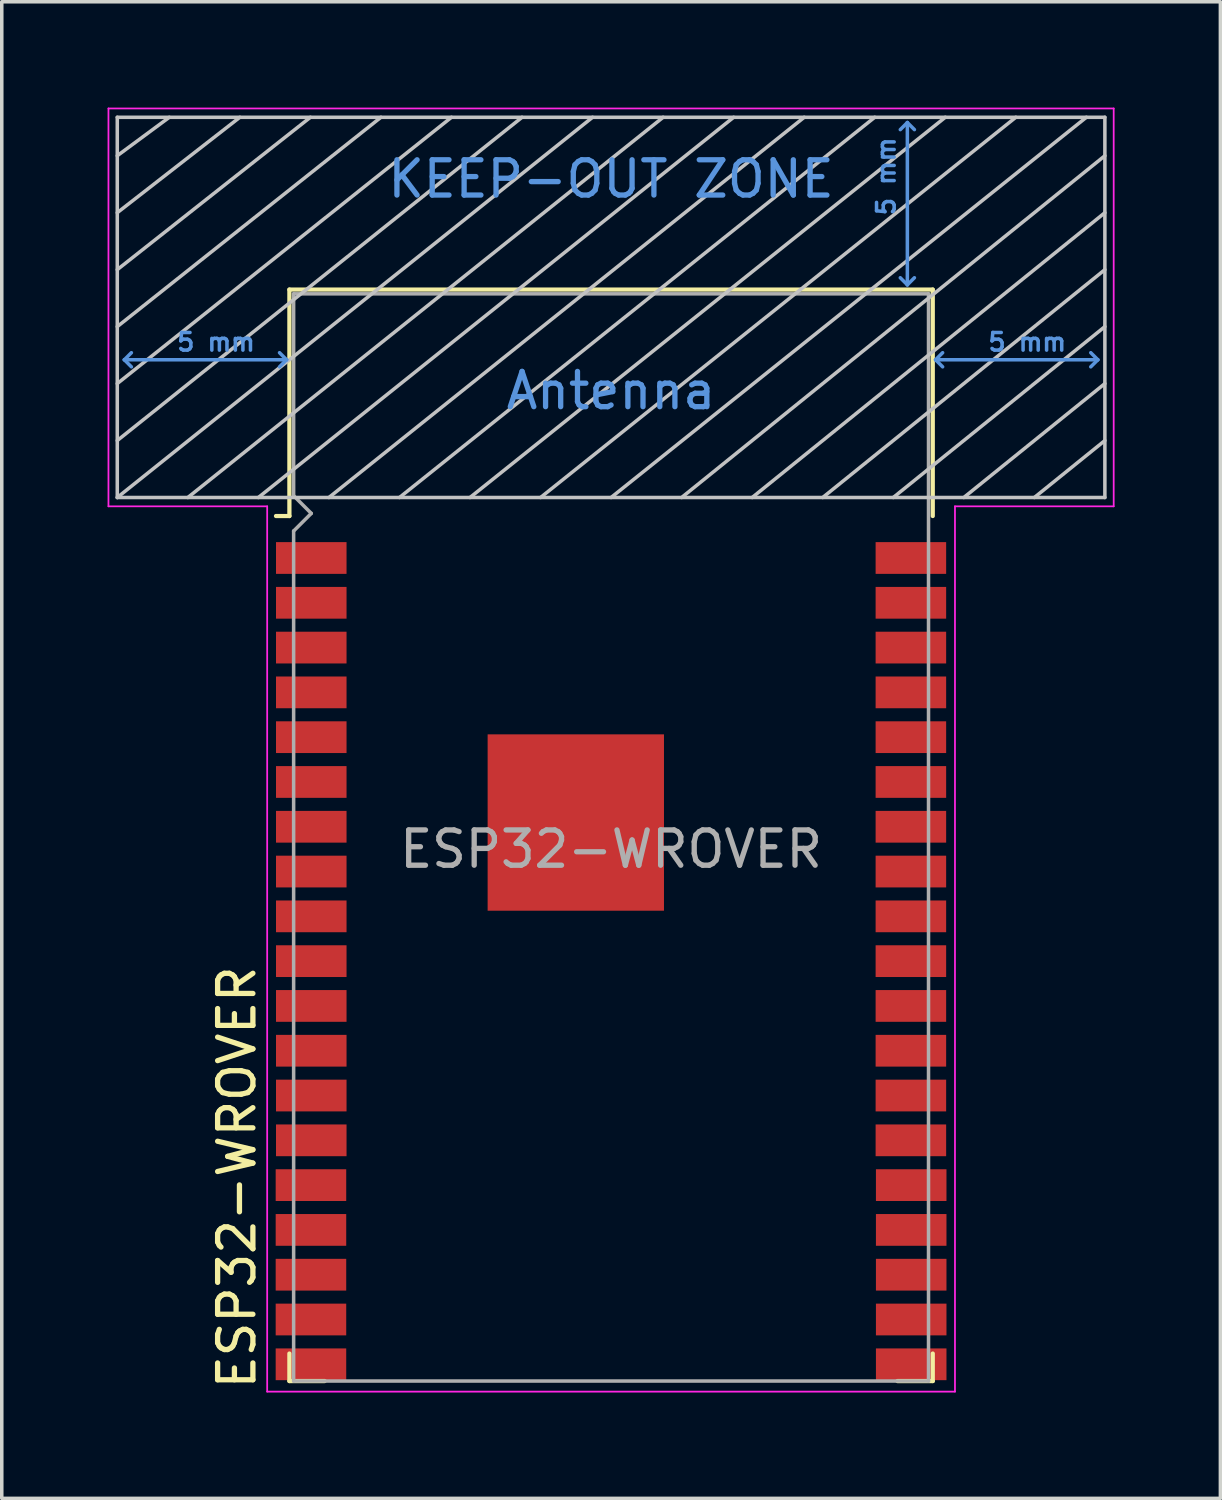
<source format=kicad_pcb>
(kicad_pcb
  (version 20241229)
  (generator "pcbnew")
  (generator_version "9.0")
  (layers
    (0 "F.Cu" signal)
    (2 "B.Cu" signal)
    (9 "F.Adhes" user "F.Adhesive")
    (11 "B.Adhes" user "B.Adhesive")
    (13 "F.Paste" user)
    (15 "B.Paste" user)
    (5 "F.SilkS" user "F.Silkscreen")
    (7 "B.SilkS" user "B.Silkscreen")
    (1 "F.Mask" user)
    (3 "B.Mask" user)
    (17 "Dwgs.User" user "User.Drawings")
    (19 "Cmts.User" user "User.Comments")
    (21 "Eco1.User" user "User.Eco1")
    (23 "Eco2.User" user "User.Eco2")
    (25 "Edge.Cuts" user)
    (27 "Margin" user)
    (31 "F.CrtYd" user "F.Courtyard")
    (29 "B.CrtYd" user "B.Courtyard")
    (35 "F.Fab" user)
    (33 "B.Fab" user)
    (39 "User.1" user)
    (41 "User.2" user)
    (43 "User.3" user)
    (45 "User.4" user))
  (footprint "ESP32-WROVER"
    (layer "F.Cu")
    (at 14.275 21.025)
    (property "Reference" "ESP32-WROVER" (at -10.61 15.38 90) (layer "F.SilkS") (effects (font (size 1 1) (thickness 0.15)) (justify left)))
    (attr smd)
    (fp_line (start -9.12 -15.865) (end -9.12 -9.445) (stroke (width 0.12) (type solid)) (layer "F.SilkS"))
    (fp_line (start -9.12 -15.865) (end 9.12 -15.865) (stroke (width 0.12) (type solid)) (layer "F.SilkS"))
    (fp_line (start -9.12 -9.445) (end -9.5 -9.445) (stroke (width 0.12) (type solid)) (layer "F.SilkS"))
    (fp_line (start -9.12 14.3) (end -9.12 15.08) (stroke (width 0.12) (type solid)) (layer "F.SilkS"))
    (fp_line (start -9.12 15.08) (end -8.12 15.08) (stroke (width 0.12) (type solid)) (layer "F.SilkS"))
    (fp_line (start 9.12 -15.865) (end 9.12 -9.445) (stroke (width 0.12) (type solid)) (layer "F.SilkS"))
    (fp_line (start 9.12 14.3) (end 9.12 15.08) (stroke (width 0.12) (type solid)) (layer "F.SilkS"))
    (fp_line (start 9.12 15.08) (end 8.12 15.08) (stroke (width 0.12) (type solid)) (layer "F.SilkS"))
    (fp_line (start -14 -9.97) (end -14 -20.75) (stroke (width 0.1) (type solid)) (layer "Dwgs.User"))
    (fp_line (start -12.525 -20.75) (end -14 -19.66) (stroke (width 0.1) (type solid)) (layer "Dwgs.User"))
    (fp_line (start -10.525 -20.75) (end -14 -18.045) (stroke (width 0.1) (type solid)) (layer "Dwgs.User"))
    (fp_line (start -8.525 -20.75) (end -14 -16.43) (stroke (width 0.1) (type solid)) (layer "Dwgs.User"))
    (fp_line (start -8 -9.97) (end 5.475 -20.75) (stroke (width 0.1) (type solid)) (layer "Dwgs.User"))
    (fp_line (start -6.525 -20.75) (end -14 -14.815) (stroke (width 0.1) (type solid)) (layer "Dwgs.User"))
    (fp_line (start -4.525 -20.75) (end -14 -13.2) (stroke (width 0.1) (type solid)) (layer "Dwgs.User"))
    (fp_line (start -2.525 -20.75) (end -14 -11.585) (stroke (width 0.1) (type solid)) (layer "Dwgs.User"))
    (fp_line (start -0.525 -20.75) (end -14 -9.97) (stroke (width 0.1) (type solid)) (layer "Dwgs.User"))
    (fp_line (start 1.475 -20.75) (end -12 -9.97) (stroke (width 0.1) (type solid)) (layer "Dwgs.User"))
    (fp_line (start 3.475 -20.75) (end -10 -9.97) (stroke (width 0.1) (type solid)) (layer "Dwgs.User"))
    (fp_line (start 7.475 -20.75) (end -6 -9.97) (stroke (width 0.1) (type solid)) (layer "Dwgs.User"))
    (fp_line (start 9.475 -20.75) (end -4 -9.97) (stroke (width 0.1) (type solid)) (layer "Dwgs.User"))
    (fp_line (start 11.475 -20.75) (end -2 -9.97) (stroke (width 0.1) (type solid)) (layer "Dwgs.User"))
    (fp_line (start 13.475 -20.75) (end 0 -9.97) (stroke (width 0.1) (type solid)) (layer "Dwgs.User"))
    (fp_line (start 14 -20.75) (end -14 -20.75) (stroke (width 0.1) (type solid)) (layer "Dwgs.User"))
    (fp_line (start 14 -19.66) (end 2 -9.97) (stroke (width 0.1) (type solid)) (layer "Dwgs.User"))
    (fp_line (start 14 -18.045) (end 4 -9.97) (stroke (width 0.1) (type solid)) (layer "Dwgs.User"))
    (fp_line (start 14 -16.43) (end 6 -9.97) (stroke (width 0.1) (type solid)) (layer "Dwgs.User"))
    (fp_line (start 14 -14.815) (end 8 -9.97) (stroke (width 0.1) (type solid)) (layer "Dwgs.User"))
    (fp_line (start 14 -13.2) (end 10 -9.97) (stroke (width 0.1) (type solid)) (layer "Dwgs.User"))
    (fp_line (start 14 -11.585) (end 12 -9.97) (stroke (width 0.1) (type solid)) (layer "Dwgs.User"))
    (fp_line (start 14 -9.97) (end -14 -9.97) (stroke (width 0.1) (type solid)) (layer "Dwgs.User"))
    (fp_line (start 14 -9.97) (end 14 -20.75) (stroke (width 0.1) (type solid)) (layer "Dwgs.User"))
    (fp_line (start -13.8 -13.875) (end -13.6 -14.075) (stroke (width 0.1) (type solid)) (layer "Cmts.User"))
    (fp_line (start -13.8 -13.875) (end -13.6 -13.675) (stroke (width 0.1) (type solid)) (layer "Cmts.User"))
    (fp_line (start -13.8 -13.875) (end -9.2 -13.875) (stroke (width 0.1) (type solid)) (layer "Cmts.User"))
    (fp_line (start -9.2 -13.875) (end -9.4 -14.075) (stroke (width 0.1) (type solid)) (layer "Cmts.User"))
    (fp_line (start -9.2 -13.875) (end -9.4 -13.675) (stroke (width 0.1) (type solid)) (layer "Cmts.User"))
    (fp_line (start 8.4 -20.6) (end 8.2 -20.4) (stroke (width 0.1) (type solid)) (layer "Cmts.User"))
    (fp_line (start 8.4 -20.6) (end 8.6 -20.4) (stroke (width 0.1) (type solid)) (layer "Cmts.User"))
    (fp_line (start 8.4 -16) (end 8.2 -16.2) (stroke (width 0.1) (type solid)) (layer "Cmts.User"))
    (fp_line (start 8.4 -16) (end 8.4 -20.6) (stroke (width 0.1) (type solid)) (layer "Cmts.User"))
    (fp_line (start 8.4 -16) (end 8.6 -16.2) (stroke (width 0.1) (type solid)) (layer "Cmts.User"))
    (fp_line (start 9.2 -13.875) (end 9.4 -14.075) (stroke (width 0.1) (type solid)) (layer "Cmts.User"))
    (fp_line (start 9.2 -13.875) (end 9.4 -13.675) (stroke (width 0.1) (type solid)) (layer "Cmts.User"))
    (fp_line (start 9.2 -13.875) (end 13.8 -13.875) (stroke (width 0.1) (type solid)) (layer "Cmts.User"))
    (fp_line (start 13.8 -13.875) (end 13.6 -14.075) (stroke (width 0.1) (type solid)) (layer "Cmts.User"))
    (fp_line (start 13.8 -13.875) (end 13.6 -13.675) (stroke (width 0.1) (type solid)) (layer "Cmts.User"))
    (fp_line (start -14.25 -21) (end -14.25 -9.72) (stroke (width 0.05) (type solid)) (layer "F.CrtYd"))
    (fp_line (start -14.25 -21) (end 14.25 -21) (stroke (width 0.05) (type solid)) (layer "F.CrtYd"))
    (fp_line (start -14.25 -9.72) (end -9.75 -9.72) (stroke (width 0.05) (type solid)) (layer "F.CrtYd"))
    (fp_line (start -9.75 15.38) (end -9.75 -9.72) (stroke (width 0.05) (type solid)) (layer "F.CrtYd"))
    (fp_line (start -9.75 15.38) (end 9.75 15.38) (stroke (width 0.05) (type solid)) (layer "F.CrtYd"))
    (fp_line (start 9.75 -9.72) (end 9.75 15.38) (stroke (width 0.05) (type solid)) (layer "F.CrtYd"))
    (fp_line (start 9.75 -9.72) (end 14.25 -9.72) (stroke (width 0.05) (type solid)) (layer "F.CrtYd"))
    (fp_line (start 14.25 -21) (end 14.25 -9.72) (stroke (width 0.05) (type solid)) (layer "F.CrtYd"))
    (fp_line (start -9 -15.745) (end -9 -10.02) (stroke (width 0.1) (type solid)) (layer "F.Fab"))
    (fp_line (start -9 -15.745) (end 9 -15.745) (stroke (width 0.1) (type solid)) (layer "F.Fab"))
    (fp_line (start -9 -9.02) (end -9 15.08) (stroke (width 0.1) (type solid)) (layer "F.Fab"))
    (fp_line (start -9 -9.02) (end -8.5 -9.52) (stroke (width 0.1) (type solid)) (layer "F.Fab"))
    (fp_line (start -9 15.08) (end 9 15.08) (stroke (width 0.1) (type solid)) (layer "F.Fab"))
    (fp_line (start -8.5 -9.52) (end -9 -10.02) (stroke (width 0.1) (type solid)) (layer "F.Fab"))
    (fp_line (start 9 15.08) (end 9 -15.745) (stroke (width 0.1) (type solid)) (layer "F.Fab"))
    (fp_text user "5 mm" (at 7.8 -19.075 90) (layer "Cmts.User") (effects (font (size 0.5 0.5) (thickness 0.1))))
    (fp_text user "KEEP-OUT ZONE" (at 0 -19 0) (layer "Cmts.User") (effects (font (size 1 1) (thickness 0.15))))
    (fp_text user "5 mm" (at 11.8 -14.375 0) (layer "Cmts.User") (effects (font (size 0.5 0.5) (thickness 0.1))))
    (fp_text user "Antenna" (at 0 -13 0) (layer "Cmts.User") (effects (font (size 1 1) (thickness 0.15))))
    (fp_text user "5 mm" (at -11.2 -14.375 0) (layer "Cmts.User") (effects (font (size 0.5 0.5) (thickness 0.1))))
    (fp_text user "${REFERENCE}" (at 0 0 0) (layer "F.Fab") (effects (font (size 1 1) (thickness 0.15))))
    (pad "1" smd rect (at -8.5 -8.255) (size 2 0.9) (layers "F.Cu" "F.Mask" "F.Paste"))
    (pad "2" smd rect (at -8.5 -6.985) (size 2 0.9) (layers "F.Cu" "F.Mask" "F.Paste"))
    (pad "3" smd rect (at -8.5 -5.715) (size 2 0.9) (layers "F.Cu" "F.Mask" "F.Paste"))
    (pad "4" smd rect (at -8.5 -4.445) (size 2 0.9) (layers "F.Cu" "F.Mask" "F.Paste"))
    (pad "5" smd rect (at -8.5 -3.175) (size 2 0.9) (layers "F.Cu" "F.Mask" "F.Paste"))
    (pad "6" smd rect (at -8.5 -1.905) (size 2 0.9) (layers "F.Cu" "F.Mask" "F.Paste"))
    (pad "7" smd rect (at -8.5 -0.635) (size 2 0.9) (layers "F.Cu" "F.Mask" "F.Paste"))
    (pad "8" smd rect (at -8.5 0.635) (size 2 0.9) (layers "F.Cu" "F.Mask" "F.Paste"))
    (pad "9" smd rect (at -8.5 1.905) (size 2 0.9) (layers "F.Cu" "F.Mask" "F.Paste"))
    (pad "10" smd rect (at -8.5 3.175) (size 2 0.9) (layers "F.Cu" "F.Mask" "F.Paste"))
    (pad "11" smd rect (at -8.5 4.445) (size 2 0.9) (layers "F.Cu" "F.Mask" "F.Paste"))
    (pad "12" smd rect (at -8.5 5.715) (size 2 0.9) (layers "F.Cu" "F.Mask" "F.Paste"))
    (pad "13" smd rect (at -8.5 6.985) (size 2 0.9) (layers "F.Cu" "F.Mask" "F.Paste"))
    (pad "14" smd rect (at -8.5 8.255) (size 2 0.9) (layers "F.Cu" "F.Mask" "F.Paste"))
    (pad "15" smd rect (at -8.509 9.525 180) (size 2 0.9) (layers "F.Cu" "F.Mask" "F.Paste"))
    (pad "16" smd rect (at -8.509 10.795 180) (size 2 0.9) (layers "F.Cu" "F.Mask" "F.Paste"))
    (pad "17" smd rect (at -8.509 12.065 180) (size 2 0.9) (layers "F.Cu" "F.Mask" "F.Paste"))
    (pad "18" smd rect (at -8.509 13.335 180) (size 2 0.9) (layers "F.Cu" "F.Mask" "F.Paste"))
    (pad "19" smd rect (at -8.509 14.605 180) (size 2 0.9) (layers "F.Cu" "F.Mask" "F.Paste"))
    (pad "20" smd rect (at 8.509 14.605 180) (size 2 0.9) (layers "F.Cu" "F.Mask" "F.Paste"))
    (pad "21" smd rect (at 8.509 13.335 180) (size 2 0.9) (layers "F.Cu" "F.Mask" "F.Paste"))
    (pad "22" smd rect (at 8.509 12.065 180) (size 2 0.9) (layers "F.Cu" "F.Mask" "F.Paste"))
    (pad "23" smd rect (at 8.509 10.795 180) (size 2 0.9) (layers "F.Cu" "F.Mask" "F.Paste"))
    (pad "24" smd rect (at 8.509 9.525 180) (size 2 0.9) (layers "F.Cu" "F.Mask" "F.Paste"))
    (pad "25" smd rect (at 8.5 8.255) (size 2 0.9) (layers "F.Cu" "F.Mask" "F.Paste"))
    (pad "26" smd rect (at 8.5 6.985) (size 2 0.9) (layers "F.Cu" "F.Mask" "F.Paste"))
    (pad "27" smd rect (at 8.5 5.715) (size 2 0.9) (layers "F.Cu" "F.Mask" "F.Paste"))
    (pad "28" smd rect (at 8.5 4.445) (size 2 0.9) (layers "F.Cu" "F.Mask" "F.Paste"))
    (pad "29" smd rect (at 8.5 3.175) (size 2 0.9) (layers "F.Cu" "F.Mask" "F.Paste"))
    (pad "30" smd rect (at 8.5 1.905) (size 2 0.9) (layers "F.Cu" "F.Mask" "F.Paste"))
    (pad "31" smd rect (at 8.5 0.635) (size 2 0.9) (layers "F.Cu" "F.Mask" "F.Paste"))
    (pad "32" smd rect (at 8.5 -0.635) (size 2 0.9) (layers "F.Cu" "F.Mask" "F.Paste"))
    (pad "33" smd rect (at 8.5 -1.905) (size 2 0.9) (layers "F.Cu" "F.Mask" "F.Paste"))
    (pad "34" smd rect (at 8.5 -3.175) (size 2 0.9) (layers "F.Cu" "F.Mask" "F.Paste"))
    (pad "35" smd rect (at 8.5 -4.445) (size 2 0.9) (layers "F.Cu" "F.Mask" "F.Paste"))
    (pad "36" smd rect (at 8.5 -5.715) (size 2 0.9) (layers "F.Cu" "F.Mask" "F.Paste"))
    (pad "37" smd rect (at 8.5 -6.985) (size 2 0.9) (layers "F.Cu" "F.Mask" "F.Paste"))
    (pad "38" smd rect (at 8.5 -8.255) (size 2 0.9) (layers "F.Cu" "F.Mask" "F.Paste"))
    (pad "39" smd rect (at -1 -0.755) (size 5 5) (layers "F.Cu" "F.Mask" "F.Paste")))
  (gr_rect
    (start -3 -3)
    (end 31.55 39.43)
    (stroke (width 0.1) (type default))
    (fill no)
    (layer "Edge.Cuts")))
</source>
